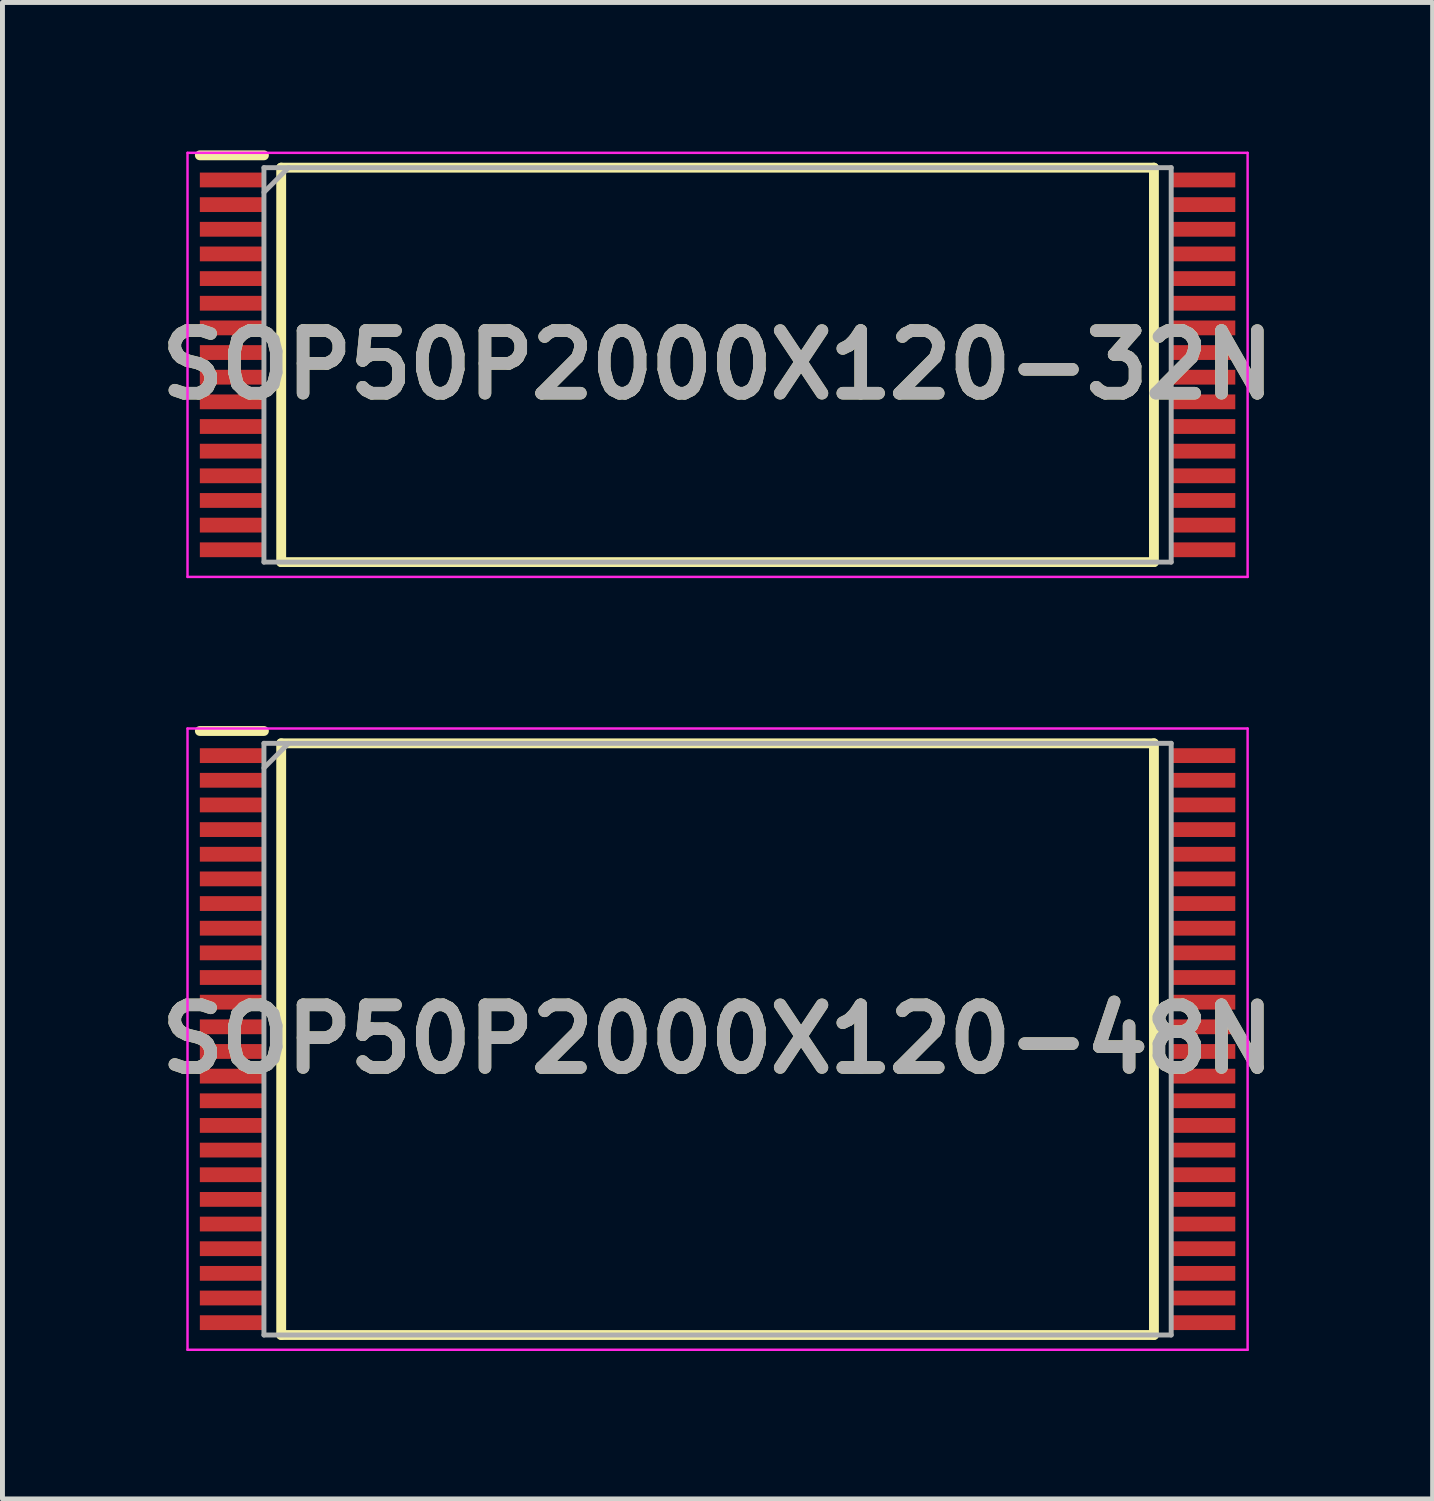
<source format=kicad_pcb>
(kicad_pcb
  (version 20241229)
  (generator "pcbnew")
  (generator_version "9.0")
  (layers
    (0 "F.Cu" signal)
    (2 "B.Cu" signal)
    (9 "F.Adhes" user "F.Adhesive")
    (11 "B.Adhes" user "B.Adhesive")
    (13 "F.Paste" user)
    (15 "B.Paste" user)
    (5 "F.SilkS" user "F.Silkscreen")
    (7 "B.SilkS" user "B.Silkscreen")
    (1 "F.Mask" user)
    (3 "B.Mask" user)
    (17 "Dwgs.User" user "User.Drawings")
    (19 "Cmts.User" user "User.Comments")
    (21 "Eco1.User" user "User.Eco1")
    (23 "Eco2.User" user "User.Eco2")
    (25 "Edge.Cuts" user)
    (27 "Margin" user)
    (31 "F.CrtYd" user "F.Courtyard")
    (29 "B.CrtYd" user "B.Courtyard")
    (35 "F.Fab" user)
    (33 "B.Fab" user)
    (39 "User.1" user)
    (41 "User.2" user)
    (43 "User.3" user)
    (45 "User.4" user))
  (footprint "SOP50P2000X120-48N"
    (layer "F.Cu")
    (at 11.503 18.025)
    (property "Reference" "SOP50P2000X120-48N" (at 0 0 0) (layer "F.SilkS") (effects (font (size 1.27 1.27) (thickness 0.254))))
    (attr smd)
    (fp_line (start -10.5 -6.25) (end -9.2 -6.25) (stroke (width 0.2) (type solid)) (layer "F.SilkS"))
    (fp_line (start -8.85 -6) (end 8.85 -6) (stroke (width 0.2) (type solid)) (layer "F.SilkS"))
    (fp_line (start -8.85 6) (end -8.85 -6) (stroke (width 0.2) (type solid)) (layer "F.SilkS"))
    (fp_line (start 8.85 -6) (end 8.85 6) (stroke (width 0.2) (type solid)) (layer "F.SilkS"))
    (fp_line (start 8.85 6) (end -8.85 6) (stroke (width 0.2) (type solid)) (layer "F.SilkS"))
    (fp_line (start -10.75 -6.3) (end 10.75 -6.3) (stroke (width 0.05) (type solid)) (layer "F.CrtYd"))
    (fp_line (start -10.75 6.3) (end -10.75 -6.3) (stroke (width 0.05) (type solid)) (layer "F.CrtYd"))
    (fp_line (start 10.75 -6.3) (end 10.75 6.3) (stroke (width 0.05) (type solid)) (layer "F.CrtYd"))
    (fp_line (start 10.75 6.3) (end -10.75 6.3) (stroke (width 0.05) (type solid)) (layer "F.CrtYd"))
    (fp_line (start -9.2 -6) (end 9.2 -6) (stroke (width 0.1) (type solid)) (layer "F.Fab"))
    (fp_line (start -9.2 -5.5) (end -8.7 -6) (stroke (width 0.1) (type solid)) (layer "F.Fab"))
    (fp_line (start -9.2 6) (end -9.2 -6) (stroke (width 0.1) (type solid)) (layer "F.Fab"))
    (fp_line (start 9.2 -6) (end 9.2 6) (stroke (width 0.1) (type solid)) (layer "F.Fab"))
    (fp_line (start 9.2 6) (end -9.2 6) (stroke (width 0.1) (type solid)) (layer "F.Fab"))
    (fp_text user "${REFERENCE}" (at 0 0 0) (layer "F.Fab") (effects (font (size 1.27 1.27) (thickness 0.254))))
    (pad "1" smd rect (at -9.85 -5.75 90) (size 0.3 1.3) (layers "F.Cu" "F.Mask" "F.Paste"))
    (pad "2" smd rect (at -9.85 -5.25 90) (size 0.3 1.3) (layers "F.Cu" "F.Mask" "F.Paste"))
    (pad "3" smd rect (at -9.85 -4.75 90) (size 0.3 1.3) (layers "F.Cu" "F.Mask" "F.Paste"))
    (pad "4" smd rect (at -9.85 -4.25 90) (size 0.3 1.3) (layers "F.Cu" "F.Mask" "F.Paste"))
    (pad "5" smd rect (at -9.85 -3.75 90) (size 0.3 1.3) (layers "F.Cu" "F.Mask" "F.Paste"))
    (pad "6" smd rect (at -9.85 -3.25 90) (size 0.3 1.3) (layers "F.Cu" "F.Mask" "F.Paste"))
    (pad "7" smd rect (at -9.85 -2.75 90) (size 0.3 1.3) (layers "F.Cu" "F.Mask" "F.Paste"))
    (pad "8" smd rect (at -9.85 -2.25 90) (size 0.3 1.3) (layers "F.Cu" "F.Mask" "F.Paste"))
    (pad "9" smd rect (at -9.85 -1.75 90) (size 0.3 1.3) (layers "F.Cu" "F.Mask" "F.Paste"))
    (pad "10" smd rect (at -9.85 -1.25 90) (size 0.3 1.3) (layers "F.Cu" "F.Mask" "F.Paste"))
    (pad "11" smd rect (at -9.85 -0.75 90) (size 0.3 1.3) (layers "F.Cu" "F.Mask" "F.Paste"))
    (pad "12" smd rect (at -9.85 -0.25 90) (size 0.3 1.3) (layers "F.Cu" "F.Mask" "F.Paste"))
    (pad "13" smd rect (at -9.85 0.25 90) (size 0.3 1.3) (layers "F.Cu" "F.Mask" "F.Paste"))
    (pad "14" smd rect (at -9.85 0.75 90) (size 0.3 1.3) (layers "F.Cu" "F.Mask" "F.Paste"))
    (pad "15" smd rect (at -9.85 1.25 90) (size 0.3 1.3) (layers "F.Cu" "F.Mask" "F.Paste"))
    (pad "16" smd rect (at -9.85 1.75 90) (size 0.3 1.3) (layers "F.Cu" "F.Mask" "F.Paste"))
    (pad "17" smd rect (at -9.85 2.25 90) (size 0.3 1.3) (layers "F.Cu" "F.Mask" "F.Paste"))
    (pad "18" smd rect (at -9.85 2.75 90) (size 0.3 1.3) (layers "F.Cu" "F.Mask" "F.Paste"))
    (pad "19" smd rect (at -9.85 3.25 90) (size 0.3 1.3) (layers "F.Cu" "F.Mask" "F.Paste"))
    (pad "20" smd rect (at -9.85 3.75 90) (size 0.3 1.3) (layers "F.Cu" "F.Mask" "F.Paste"))
    (pad "21" smd rect (at -9.85 4.25 90) (size 0.3 1.3) (layers "F.Cu" "F.Mask" "F.Paste"))
    (pad "22" smd rect (at -9.85 4.75 90) (size 0.3 1.3) (layers "F.Cu" "F.Mask" "F.Paste"))
    (pad "23" smd rect (at -9.85 5.25 90) (size 0.3 1.3) (layers "F.Cu" "F.Mask" "F.Paste"))
    (pad "24" smd rect (at -9.85 5.75 90) (size 0.3 1.3) (layers "F.Cu" "F.Mask" "F.Paste"))
    (pad "25" smd rect (at 9.85 5.75 90) (size 0.3 1.3) (layers "F.Cu" "F.Mask" "F.Paste"))
    (pad "26" smd rect (at 9.85 5.25 90) (size 0.3 1.3) (layers "F.Cu" "F.Mask" "F.Paste"))
    (pad "27" smd rect (at 9.85 4.75 90) (size 0.3 1.3) (layers "F.Cu" "F.Mask" "F.Paste"))
    (pad "28" smd rect (at 9.85 4.25 90) (size 0.3 1.3) (layers "F.Cu" "F.Mask" "F.Paste"))
    (pad "29" smd rect (at 9.85 3.75 90) (size 0.3 1.3) (layers "F.Cu" "F.Mask" "F.Paste"))
    (pad "30" smd rect (at 9.85 3.25 90) (size 0.3 1.3) (layers "F.Cu" "F.Mask" "F.Paste"))
    (pad "31" smd rect (at 9.85 2.75 90) (size 0.3 1.3) (layers "F.Cu" "F.Mask" "F.Paste"))
    (pad "32" smd rect (at 9.85 2.25 90) (size 0.3 1.3) (layers "F.Cu" "F.Mask" "F.Paste"))
    (pad "33" smd rect (at 9.85 1.75 90) (size 0.3 1.3) (layers "F.Cu" "F.Mask" "F.Paste"))
    (pad "34" smd rect (at 9.85 1.25 90) (size 0.3 1.3) (layers "F.Cu" "F.Mask" "F.Paste"))
    (pad "35" smd rect (at 9.85 0.75 90) (size 0.3 1.3) (layers "F.Cu" "F.Mask" "F.Paste"))
    (pad "36" smd rect (at 9.85 0.25 90) (size 0.3 1.3) (layers "F.Cu" "F.Mask" "F.Paste"))
    (pad "37" smd rect (at 9.85 -0.25 90) (size 0.3 1.3) (layers "F.Cu" "F.Mask" "F.Paste"))
    (pad "38" smd rect (at 9.85 -0.75 90) (size 0.3 1.3) (layers "F.Cu" "F.Mask" "F.Paste"))
    (pad "39" smd rect (at 9.85 -1.25 90) (size 0.3 1.3) (layers "F.Cu" "F.Mask" "F.Paste"))
    (pad "40" smd rect (at 9.85 -1.75 90) (size 0.3 1.3) (layers "F.Cu" "F.Mask" "F.Paste"))
    (pad "41" smd rect (at 9.85 -2.25 90) (size 0.3 1.3) (layers "F.Cu" "F.Mask" "F.Paste"))
    (pad "42" smd rect (at 9.85 -2.75 90) (size 0.3 1.3) (layers "F.Cu" "F.Mask" "F.Paste"))
    (pad "43" smd rect (at 9.85 -3.25 90) (size 0.3 1.3) (layers "F.Cu" "F.Mask" "F.Paste"))
    (pad "44" smd rect (at 9.85 -3.75 90) (size 0.3 1.3) (layers "F.Cu" "F.Mask" "F.Paste"))
    (pad "45" smd rect (at 9.85 -4.25 90) (size 0.3 1.3) (layers "F.Cu" "F.Mask" "F.Paste"))
    (pad "46" smd rect (at 9.85 -4.75 90) (size 0.3 1.3) (layers "F.Cu" "F.Mask" "F.Paste"))
    (pad "47" smd rect (at 9.85 -5.25 90) (size 0.3 1.3) (layers "F.Cu" "F.Mask" "F.Paste"))
    (pad "48" smd rect (at 9.85 -5.75 90) (size 0.3 1.3) (layers "F.Cu" "F.Mask" "F.Paste")))
  (footprint "SOP50P2000X120-32N"
    (layer "F.Cu")
    (at 11.503 4.35)
    (property "Reference" "SOP50P2000X120-32N" (at 0 0 0) (layer "F.SilkS") (effects (font (size 1.27 1.27) (thickness 0.254))))
    (attr smd)
    (fp_line (start -10.5 -4.25) (end -9.2 -4.25) (stroke (width 0.2) (type solid)) (layer "F.SilkS"))
    (fp_line (start -8.85 -4) (end 8.85 -4) (stroke (width 0.2) (type solid)) (layer "F.SilkS"))
    (fp_line (start -8.85 4) (end -8.85 -4) (stroke (width 0.2) (type solid)) (layer "F.SilkS"))
    (fp_line (start 8.85 -4) (end 8.85 4) (stroke (width 0.2) (type solid)) (layer "F.SilkS"))
    (fp_line (start 8.85 4) (end -8.85 4) (stroke (width 0.2) (type solid)) (layer "F.SilkS"))
    (fp_line (start -10.75 -4.3) (end 10.75 -4.3) (stroke (width 0.05) (type solid)) (layer "F.CrtYd"))
    (fp_line (start -10.75 4.3) (end -10.75 -4.3) (stroke (width 0.05) (type solid)) (layer "F.CrtYd"))
    (fp_line (start 10.75 -4.3) (end 10.75 4.3) (stroke (width 0.05) (type solid)) (layer "F.CrtYd"))
    (fp_line (start 10.75 4.3) (end -10.75 4.3) (stroke (width 0.05) (type solid)) (layer "F.CrtYd"))
    (fp_line (start -9.2 -4) (end 9.2 -4) (stroke (width 0.1) (type solid)) (layer "F.Fab"))
    (fp_line (start -9.2 -3.5) (end -8.7 -4) (stroke (width 0.1) (type solid)) (layer "F.Fab"))
    (fp_line (start -9.2 4) (end -9.2 -4) (stroke (width 0.1) (type solid)) (layer "F.Fab"))
    (fp_line (start 9.2 -4) (end 9.2 4) (stroke (width 0.1) (type solid)) (layer "F.Fab"))
    (fp_line (start 9.2 4) (end -9.2 4) (stroke (width 0.1) (type solid)) (layer "F.Fab"))
    (fp_text user "${REFERENCE}" (at 0 0 0) (layer "F.Fab") (effects (font (size 1.27 1.27) (thickness 0.254))))
    (pad "1" smd rect (at -9.85 -3.75 90) (size 0.3 1.3) (layers "F.Cu" "F.Mask" "F.Paste"))
    (pad "2" smd rect (at -9.85 -3.25 90) (size 0.3 1.3) (layers "F.Cu" "F.Mask" "F.Paste"))
    (pad "3" smd rect (at -9.85 -2.75 90) (size 0.3 1.3) (layers "F.Cu" "F.Mask" "F.Paste"))
    (pad "4" smd rect (at -9.85 -2.25 90) (size 0.3 1.3) (layers "F.Cu" "F.Mask" "F.Paste"))
    (pad "5" smd rect (at -9.85 -1.75 90) (size 0.3 1.3) (layers "F.Cu" "F.Mask" "F.Paste"))
    (pad "6" smd rect (at -9.85 -1.25 90) (size 0.3 1.3) (layers "F.Cu" "F.Mask" "F.Paste"))
    (pad "7" smd rect (at -9.85 -0.75 90) (size 0.3 1.3) (layers "F.Cu" "F.Mask" "F.Paste"))
    (pad "8" smd rect (at -9.85 -0.25 90) (size 0.3 1.3) (layers "F.Cu" "F.Mask" "F.Paste"))
    (pad "9" smd rect (at -9.85 0.25 90) (size 0.3 1.3) (layers "F.Cu" "F.Mask" "F.Paste"))
    (pad "10" smd rect (at -9.85 0.75 90) (size 0.3 1.3) (layers "F.Cu" "F.Mask" "F.Paste"))
    (pad "11" smd rect (at -9.85 1.25 90) (size 0.3 1.3) (layers "F.Cu" "F.Mask" "F.Paste"))
    (pad "12" smd rect (at -9.85 1.75 90) (size 0.3 1.3) (layers "F.Cu" "F.Mask" "F.Paste"))
    (pad "13" smd rect (at -9.85 2.25 90) (size 0.3 1.3) (layers "F.Cu" "F.Mask" "F.Paste"))
    (pad "14" smd rect (at -9.85 2.75 90) (size 0.3 1.3) (layers "F.Cu" "F.Mask" "F.Paste"))
    (pad "15" smd rect (at -9.85 3.25 90) (size 0.3 1.3) (layers "F.Cu" "F.Mask" "F.Paste"))
    (pad "16" smd rect (at -9.85 3.75 90) (size 0.3 1.3) (layers "F.Cu" "F.Mask" "F.Paste"))
    (pad "17" smd rect (at 9.85 3.75 90) (size 0.3 1.3) (layers "F.Cu" "F.Mask" "F.Paste"))
    (pad "18" smd rect (at 9.85 3.25 90) (size 0.3 1.3) (layers "F.Cu" "F.Mask" "F.Paste"))
    (pad "19" smd rect (at 9.85 2.75 90) (size 0.3 1.3) (layers "F.Cu" "F.Mask" "F.Paste"))
    (pad "20" smd rect (at 9.85 2.25 90) (size 0.3 1.3) (layers "F.Cu" "F.Mask" "F.Paste"))
    (pad "21" smd rect (at 9.85 1.75 90) (size 0.3 1.3) (layers "F.Cu" "F.Mask" "F.Paste"))
    (pad "22" smd rect (at 9.85 1.25 90) (size 0.3 1.3) (layers "F.Cu" "F.Mask" "F.Paste"))
    (pad "23" smd rect (at 9.85 0.75 90) (size 0.3 1.3) (layers "F.Cu" "F.Mask" "F.Paste"))
    (pad "24" smd rect (at 9.85 0.25 90) (size 0.3 1.3) (layers "F.Cu" "F.Mask" "F.Paste"))
    (pad "25" smd rect (at 9.85 -0.25 90) (size 0.3 1.3) (layers "F.Cu" "F.Mask" "F.Paste"))
    (pad "26" smd rect (at 9.85 -0.75 90) (size 0.3 1.3) (layers "F.Cu" "F.Mask" "F.Paste"))
    (pad "27" smd rect (at 9.85 -1.25 90) (size 0.3 1.3) (layers "F.Cu" "F.Mask" "F.Paste"))
    (pad "28" smd rect (at 9.85 -1.75 90) (size 0.3 1.3) (layers "F.Cu" "F.Mask" "F.Paste"))
    (pad "29" smd rect (at 9.85 -2.25 90) (size 0.3 1.3) (layers "F.Cu" "F.Mask" "F.Paste"))
    (pad "30" smd rect (at 9.85 -2.75 90) (size 0.3 1.3) (layers "F.Cu" "F.Mask" "F.Paste"))
    (pad "31" smd rect (at 9.85 -3.25 90) (size 0.3 1.3) (layers "F.Cu" "F.Mask" "F.Paste"))
    (pad "32" smd rect (at 9.85 -3.75 90) (size 0.3 1.3) (layers "F.Cu" "F.Mask" "F.Paste")))
  (gr_rect
    (start -3 -3)
    (end 26.005 27.35)
    (stroke (width 0.1) (type default))
    (fill no)
    (layer "Edge.Cuts")))
</source>
